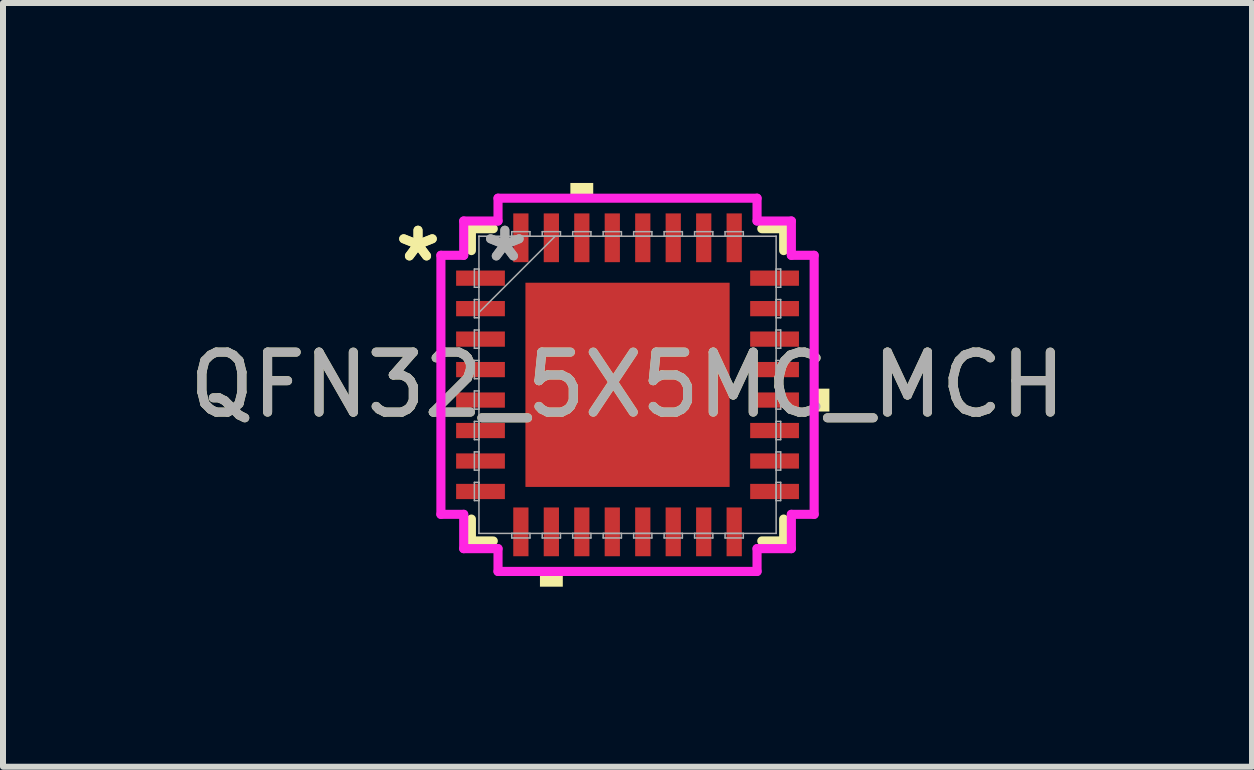
<source format=kicad_pcb>
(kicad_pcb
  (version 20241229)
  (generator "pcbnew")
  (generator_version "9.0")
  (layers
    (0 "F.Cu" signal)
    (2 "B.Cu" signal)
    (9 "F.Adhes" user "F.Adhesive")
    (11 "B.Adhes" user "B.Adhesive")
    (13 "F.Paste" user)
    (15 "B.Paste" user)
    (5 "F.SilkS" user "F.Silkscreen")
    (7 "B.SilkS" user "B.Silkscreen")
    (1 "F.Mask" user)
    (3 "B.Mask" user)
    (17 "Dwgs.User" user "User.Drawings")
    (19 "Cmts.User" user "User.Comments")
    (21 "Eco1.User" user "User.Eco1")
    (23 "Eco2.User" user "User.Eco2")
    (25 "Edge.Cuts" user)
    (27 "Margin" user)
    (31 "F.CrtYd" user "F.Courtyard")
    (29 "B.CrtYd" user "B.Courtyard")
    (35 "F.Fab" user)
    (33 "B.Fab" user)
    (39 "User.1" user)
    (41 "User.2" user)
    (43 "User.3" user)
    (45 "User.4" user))
  (footprint "QFN32_5X5MC_MCH"
    (layer "F.Cu")
    (at 7.411 3.365)
    (property "Reference" "QFN32_5X5MC_MCH" (at 0 0 0) (unlocked yes) (layer "F.SilkS") (effects (font (size 1 1) (thickness 0.15))))
    (attr smd)
    (fp_line (start -2.603 -2.603) (end -2.603 -2.238) (stroke (width 0.152) (type solid)) (layer "F.SilkS"))
    (fp_line (start -2.603 2.238) (end -2.603 2.603) (stroke (width 0.152) (type solid)) (layer "F.SilkS"))
    (fp_line (start -2.603 2.603) (end -2.238 2.603) (stroke (width 0.152) (type solid)) (layer "F.SilkS"))
    (fp_line (start -2.238 -2.603) (end -2.603 -2.603) (stroke (width 0.152) (type solid)) (layer "F.SilkS"))
    (fp_line (start 2.238 2.603) (end 2.603 2.603) (stroke (width 0.152) (type solid)) (layer "F.SilkS"))
    (fp_line (start 2.603 -2.603) (end 2.238 -2.603) (stroke (width 0.152) (type solid)) (layer "F.SilkS"))
    (fp_line (start 2.603 -2.238) (end 2.603 -2.603) (stroke (width 0.152) (type solid)) (layer "F.SilkS"))
    (fp_line (start 2.603 2.603) (end 2.603 2.238) (stroke (width 0.152) (type solid)) (layer "F.SilkS"))
    (fp_poly (pts (xy -1.46 3.111) (xy -1.46 3.365) (xy -1.079 3.365) (xy -1.079 3.111)) (stroke (width 0) (type solid)) (fill yes) (layer "F.SilkS"))
    (fp_poly (pts (xy -0.953 -3.111) (xy -0.953 -3.365) (xy -0.572 -3.365) (xy -0.572 -3.111)) (stroke (width 0) (type solid)) (fill yes) (layer "F.SilkS"))
    (fp_poly (pts (xy 3.365 0.064) (xy 3.365 0.445) (xy 3.111 0.445) (xy 3.111 0.064)) (stroke (width 0) (type solid)) (fill yes) (layer "F.SilkS"))
    (fp_poly (pts (xy -1.602 -1.602) (xy -1.602 -0.1) (xy -0.1 -0.1) (xy -0.1 -1.602)) (stroke (width 0) (type solid)) (fill yes) (layer "F.Paste"))
    (fp_poly (pts (xy -1.602 0.1) (xy -1.602 1.602) (xy -0.1 1.602) (xy -0.1 0.1)) (stroke (width 0) (type solid)) (fill yes) (layer "F.Paste"))
    (fp_poly (pts (xy 0.1 -1.602) (xy 0.1 -0.1) (xy 1.602 -0.1) (xy 1.602 -1.602)) (stroke (width 0) (type solid)) (fill yes) (layer "F.Paste"))
    (fp_poly (pts (xy 0.1 0.1) (xy 0.1 1.602) (xy 1.602 1.602) (xy 1.602 0.1)) (stroke (width 0) (type solid)) (fill yes) (layer "F.Paste"))
    (fp_line (start -3.111 -2.159) (end -2.731 -2.159) (stroke (width 0.152) (type solid)) (layer "F.CrtYd"))
    (fp_line (start -3.111 2.159) (end -3.111 -2.159) (stroke (width 0.152) (type solid)) (layer "F.CrtYd"))
    (fp_line (start -2.731 -2.731) (end -2.159 -2.731) (stroke (width 0.152) (type solid)) (layer "F.CrtYd"))
    (fp_line (start -2.731 -2.159) (end -2.731 -2.731) (stroke (width 0.152) (type solid)) (layer "F.CrtYd"))
    (fp_line (start -2.731 2.159) (end -3.111 2.159) (stroke (width 0.152) (type solid)) (layer "F.CrtYd"))
    (fp_line (start -2.731 2.731) (end -2.731 2.159) (stroke (width 0.152) (type solid)) (layer "F.CrtYd"))
    (fp_line (start -2.159 -3.111) (end 2.159 -3.111) (stroke (width 0.152) (type solid)) (layer "F.CrtYd"))
    (fp_line (start -2.159 -2.731) (end -2.159 -3.111) (stroke (width 0.152) (type solid)) (layer "F.CrtYd"))
    (fp_line (start -2.159 2.731) (end -2.731 2.731) (stroke (width 0.152) (type solid)) (layer "F.CrtYd"))
    (fp_line (start -2.159 3.111) (end -2.159 2.731) (stroke (width 0.152) (type solid)) (layer "F.CrtYd"))
    (fp_line (start 2.159 -3.111) (end 2.159 -2.731) (stroke (width 0.152) (type solid)) (layer "F.CrtYd"))
    (fp_line (start 2.159 -2.731) (end 2.731 -2.731) (stroke (width 0.152) (type solid)) (layer "F.CrtYd"))
    (fp_line (start 2.159 2.731) (end 2.159 3.111) (stroke (width 0.152) (type solid)) (layer "F.CrtYd"))
    (fp_line (start 2.159 3.111) (end -2.159 3.111) (stroke (width 0.152) (type solid)) (layer "F.CrtYd"))
    (fp_line (start 2.731 -2.731) (end 2.731 -2.159) (stroke (width 0.152) (type solid)) (layer "F.CrtYd"))
    (fp_line (start 2.731 -2.159) (end 3.111 -2.159) (stroke (width 0.152) (type solid)) (layer "F.CrtYd"))
    (fp_line (start 2.731 2.159) (end 2.731 2.731) (stroke (width 0.152) (type solid)) (layer "F.CrtYd"))
    (fp_line (start 2.731 2.731) (end 2.159 2.731) (stroke (width 0.152) (type solid)) (layer "F.CrtYd"))
    (fp_line (start 3.111 -2.159) (end 3.111 2.159) (stroke (width 0.152) (type solid)) (layer "F.CrtYd"))
    (fp_line (start 3.111 2.159) (end 2.731 2.159) (stroke (width 0.152) (type solid)) (layer "F.CrtYd"))
    (fp_line (start -2.553 -1.93) (end -2.553 -1.626) (stroke (width 0.025) (type solid)) (layer "F.Fab"))
    (fp_line (start -2.553 -1.626) (end -2.477 -1.626) (stroke (width 0.025) (type solid)) (layer "F.Fab"))
    (fp_line (start -2.553 -1.422) (end -2.553 -1.118) (stroke (width 0.025) (type solid)) (layer "F.Fab"))
    (fp_line (start -2.553 -1.118) (end -2.477 -1.118) (stroke (width 0.025) (type solid)) (layer "F.Fab"))
    (fp_line (start -2.553 -0.914) (end -2.553 -0.61) (stroke (width 0.025) (type solid)) (layer "F.Fab"))
    (fp_line (start -2.553 -0.61) (end -2.477 -0.61) (stroke (width 0.025) (type solid)) (layer "F.Fab"))
    (fp_line (start -2.553 -0.406) (end -2.553 -0.102) (stroke (width 0.025) (type solid)) (layer "F.Fab"))
    (fp_line (start -2.553 -0.102) (end -2.477 -0.102) (stroke (width 0.025) (type solid)) (layer "F.Fab"))
    (fp_line (start -2.553 0.102) (end -2.553 0.406) (stroke (width 0.025) (type solid)) (layer "F.Fab"))
    (fp_line (start -2.553 0.406) (end -2.477 0.406) (stroke (width 0.025) (type solid)) (layer "F.Fab"))
    (fp_line (start -2.553 0.61) (end -2.553 0.914) (stroke (width 0.025) (type solid)) (layer "F.Fab"))
    (fp_line (start -2.553 0.914) (end -2.477 0.914) (stroke (width 0.025) (type solid)) (layer "F.Fab"))
    (fp_line (start -2.553 1.118) (end -2.553 1.422) (stroke (width 0.025) (type solid)) (layer "F.Fab"))
    (fp_line (start -2.553 1.422) (end -2.477 1.422) (stroke (width 0.025) (type solid)) (layer "F.Fab"))
    (fp_line (start -2.553 1.626) (end -2.553 1.93) (stroke (width 0.025) (type solid)) (layer "F.Fab"))
    (fp_line (start -2.553 1.93) (end -2.477 1.93) (stroke (width 0.025) (type solid)) (layer "F.Fab"))
    (fp_line (start -2.477 -2.477) (end -2.477 -2.477) (stroke (width 0.025) (type solid)) (layer "F.Fab"))
    (fp_line (start -2.477 -2.477) (end -2.477 2.477) (stroke (width 0.025) (type solid)) (layer "F.Fab"))
    (fp_line (start -2.477 -1.93) (end -2.553 -1.93) (stroke (width 0.025) (type solid)) (layer "F.Fab"))
    (fp_line (start -2.477 -1.626) (end -2.477 -1.93) (stroke (width 0.025) (type solid)) (layer "F.Fab"))
    (fp_line (start -2.477 -1.422) (end -2.553 -1.422) (stroke (width 0.025) (type solid)) (layer "F.Fab"))
    (fp_line (start -2.477 -1.206) (end -1.206 -2.477) (stroke (width 0.025) (type solid)) (layer "F.Fab"))
    (fp_line (start -2.477 -1.118) (end -2.477 -1.422) (stroke (width 0.025) (type solid)) (layer "F.Fab"))
    (fp_line (start -2.477 -0.914) (end -2.553 -0.914) (stroke (width 0.025) (type solid)) (layer "F.Fab"))
    (fp_line (start -2.477 -0.61) (end -2.477 -0.914) (stroke (width 0.025) (type solid)) (layer "F.Fab"))
    (fp_line (start -2.477 -0.406) (end -2.553 -0.406) (stroke (width 0.025) (type solid)) (layer "F.Fab"))
    (fp_line (start -2.477 -0.102) (end -2.477 -0.406) (stroke (width 0.025) (type solid)) (layer "F.Fab"))
    (fp_line (start -2.477 0.102) (end -2.553 0.102) (stroke (width 0.025) (type solid)) (layer "F.Fab"))
    (fp_line (start -2.477 0.406) (end -2.477 0.102) (stroke (width 0.025) (type solid)) (layer "F.Fab"))
    (fp_line (start -2.477 0.61) (end -2.553 0.61) (stroke (width 0.025) (type solid)) (layer "F.Fab"))
    (fp_line (start -2.477 0.914) (end -2.477 0.61) (stroke (width 0.025) (type solid)) (layer "F.Fab"))
    (fp_line (start -2.477 1.118) (end -2.553 1.118) (stroke (width 0.025) (type solid)) (layer "F.Fab"))
    (fp_line (start -2.477 1.422) (end -2.477 1.118) (stroke (width 0.025) (type solid)) (layer "F.Fab"))
    (fp_line (start -2.477 1.626) (end -2.553 1.626) (stroke (width 0.025) (type solid)) (layer "F.Fab"))
    (fp_line (start -2.477 1.93) (end -2.477 1.626) (stroke (width 0.025) (type solid)) (layer "F.Fab"))
    (fp_line (start -2.477 2.477) (end -2.477 2.477) (stroke (width 0.025) (type solid)) (layer "F.Fab"))
    (fp_line (start -2.477 2.477) (end 2.477 2.477) (stroke (width 0.025) (type solid)) (layer "F.Fab"))
    (fp_line (start -1.93 -2.553) (end -1.93 -2.477) (stroke (width 0.025) (type solid)) (layer "F.Fab"))
    (fp_line (start -1.93 -2.477) (end -1.626 -2.477) (stroke (width 0.025) (type solid)) (layer "F.Fab"))
    (fp_line (start -1.93 2.477) (end -1.93 2.553) (stroke (width 0.025) (type solid)) (layer "F.Fab"))
    (fp_line (start -1.93 2.553) (end -1.626 2.553) (stroke (width 0.025) (type solid)) (layer "F.Fab"))
    (fp_line (start -1.626 -2.553) (end -1.93 -2.553) (stroke (width 0.025) (type solid)) (layer "F.Fab"))
    (fp_line (start -1.626 -2.477) (end -1.626 -2.553) (stroke (width 0.025) (type solid)) (layer "F.Fab"))
    (fp_line (start -1.626 2.477) (end -1.93 2.477) (stroke (width 0.025) (type solid)) (layer "F.Fab"))
    (fp_line (start -1.626 2.553) (end -1.626 2.477) (stroke (width 0.025) (type solid)) (layer "F.Fab"))
    (fp_line (start -1.422 -2.553) (end -1.422 -2.477) (stroke (width 0.025) (type solid)) (layer "F.Fab"))
    (fp_line (start -1.422 -2.477) (end -1.118 -2.477) (stroke (width 0.025) (type solid)) (layer "F.Fab"))
    (fp_line (start -1.422 2.477) (end -1.422 2.553) (stroke (width 0.025) (type solid)) (layer "F.Fab"))
    (fp_line (start -1.422 2.553) (end -1.118 2.553) (stroke (width 0.025) (type solid)) (layer "F.Fab"))
    (fp_line (start -1.118 -2.553) (end -1.422 -2.553) (stroke (width 0.025) (type solid)) (layer "F.Fab"))
    (fp_line (start -1.118 -2.477) (end -1.118 -2.553) (stroke (width 0.025) (type solid)) (layer "F.Fab"))
    (fp_line (start -1.118 2.477) (end -1.422 2.477) (stroke (width 0.025) (type solid)) (layer "F.Fab"))
    (fp_line (start -1.118 2.553) (end -1.118 2.477) (stroke (width 0.025) (type solid)) (layer "F.Fab"))
    (fp_line (start -0.914 -2.553) (end -0.914 -2.477) (stroke (width 0.025) (type solid)) (layer "F.Fab"))
    (fp_line (start -0.914 -2.477) (end -0.61 -2.477) (stroke (width 0.025) (type solid)) (layer "F.Fab"))
    (fp_line (start -0.914 2.477) (end -0.914 2.553) (stroke (width 0.025) (type solid)) (layer "F.Fab"))
    (fp_line (start -0.914 2.553) (end -0.61 2.553) (stroke (width 0.025) (type solid)) (layer "F.Fab"))
    (fp_line (start -0.61 -2.553) (end -0.914 -2.553) (stroke (width 0.025) (type solid)) (layer "F.Fab"))
    (fp_line (start -0.61 -2.477) (end -0.61 -2.553) (stroke (width 0.025) (type solid)) (layer "F.Fab"))
    (fp_line (start -0.61 2.477) (end -0.914 2.477) (stroke (width 0.025) (type solid)) (layer "F.Fab"))
    (fp_line (start -0.61 2.553) (end -0.61 2.477) (stroke (width 0.025) (type solid)) (layer "F.Fab"))
    (fp_line (start -0.406 -2.553) (end -0.406 -2.477) (stroke (width 0.025) (type solid)) (layer "F.Fab"))
    (fp_line (start -0.406 -2.477) (end -0.102 -2.477) (stroke (width 0.025) (type solid)) (layer "F.Fab"))
    (fp_line (start -0.406 2.477) (end -0.406 2.553) (stroke (width 0.025) (type solid)) (layer "F.Fab"))
    (fp_line (start -0.406 2.553) (end -0.102 2.553) (stroke (width 0.025) (type solid)) (layer "F.Fab"))
    (fp_line (start -0.102 -2.553) (end -0.406 -2.553) (stroke (width 0.025) (type solid)) (layer "F.Fab"))
    (fp_line (start -0.102 -2.477) (end -0.102 -2.553) (stroke (width 0.025) (type solid)) (layer "F.Fab"))
    (fp_line (start -0.102 2.477) (end -0.406 2.477) (stroke (width 0.025) (type solid)) (layer "F.Fab"))
    (fp_line (start -0.102 2.553) (end -0.102 2.477) (stroke (width 0.025) (type solid)) (layer "F.Fab"))
    (fp_line (start 0.102 -2.553) (end 0.102 -2.477) (stroke (width 0.025) (type solid)) (layer "F.Fab"))
    (fp_line (start 0.102 -2.477) (end 0.406 -2.477) (stroke (width 0.025) (type solid)) (layer "F.Fab"))
    (fp_line (start 0.102 2.477) (end 0.102 2.553) (stroke (width 0.025) (type solid)) (layer "F.Fab"))
    (fp_line (start 0.102 2.553) (end 0.406 2.553) (stroke (width 0.025) (type solid)) (layer "F.Fab"))
    (fp_line (start 0.406 -2.553) (end 0.102 -2.553) (stroke (width 0.025) (type solid)) (layer "F.Fab"))
    (fp_line (start 0.406 -2.477) (end 0.406 -2.553) (stroke (width 0.025) (type solid)) (layer "F.Fab"))
    (fp_line (start 0.406 2.477) (end 0.102 2.477) (stroke (width 0.025) (type solid)) (layer "F.Fab"))
    (fp_line (start 0.406 2.553) (end 0.406 2.477) (stroke (width 0.025) (type solid)) (layer "F.Fab"))
    (fp_line (start 0.61 -2.553) (end 0.61 -2.477) (stroke (width 0.025) (type solid)) (layer "F.Fab"))
    (fp_line (start 0.61 -2.477) (end 0.914 -2.477) (stroke (width 0.025) (type solid)) (layer "F.Fab"))
    (fp_line (start 0.61 2.477) (end 0.61 2.553) (stroke (width 0.025) (type solid)) (layer "F.Fab"))
    (fp_line (start 0.61 2.553) (end 0.914 2.553) (stroke (width 0.025) (type solid)) (layer "F.Fab"))
    (fp_line (start 0.914 -2.553) (end 0.61 -2.553) (stroke (width 0.025) (type solid)) (layer "F.Fab"))
    (fp_line (start 0.914 -2.477) (end 0.914 -2.553) (stroke (width 0.025) (type solid)) (layer "F.Fab"))
    (fp_line (start 0.914 2.477) (end 0.61 2.477) (stroke (width 0.025) (type solid)) (layer "F.Fab"))
    (fp_line (start 0.914 2.553) (end 0.914 2.477) (stroke (width 0.025) (type solid)) (layer "F.Fab"))
    (fp_line (start 1.118 -2.553) (end 1.118 -2.477) (stroke (width 0.025) (type solid)) (layer "F.Fab"))
    (fp_line (start 1.118 -2.477) (end 1.422 -2.477) (stroke (width 0.025) (type solid)) (layer "F.Fab"))
    (fp_line (start 1.118 2.477) (end 1.118 2.553) (stroke (width 0.025) (type solid)) (layer "F.Fab"))
    (fp_line (start 1.118 2.553) (end 1.422 2.553) (stroke (width 0.025) (type solid)) (layer "F.Fab"))
    (fp_line (start 1.422 -2.553) (end 1.118 -2.553) (stroke (width 0.025) (type solid)) (layer "F.Fab"))
    (fp_line (start 1.422 -2.477) (end 1.422 -2.553) (stroke (width 0.025) (type solid)) (layer "F.Fab"))
    (fp_line (start 1.422 2.477) (end 1.118 2.477) (stroke (width 0.025) (type solid)) (layer "F.Fab"))
    (fp_line (start 1.422 2.553) (end 1.422 2.477) (stroke (width 0.025) (type solid)) (layer "F.Fab"))
    (fp_line (start 1.626 -2.553) (end 1.626 -2.477) (stroke (width 0.025) (type solid)) (layer "F.Fab"))
    (fp_line (start 1.626 -2.477) (end 1.93 -2.477) (stroke (width 0.025) (type solid)) (layer "F.Fab"))
    (fp_line (start 1.626 2.477) (end 1.626 2.553) (stroke (width 0.025) (type solid)) (layer "F.Fab"))
    (fp_line (start 1.626 2.553) (end 1.93 2.553) (stroke (width 0.025) (type solid)) (layer "F.Fab"))
    (fp_line (start 1.93 -2.553) (end 1.626 -2.553) (stroke (width 0.025) (type solid)) (layer "F.Fab"))
    (fp_line (start 1.93 -2.477) (end 1.93 -2.553) (stroke (width 0.025) (type solid)) (layer "F.Fab"))
    (fp_line (start 1.93 2.477) (end 1.626 2.477) (stroke (width 0.025) (type solid)) (layer "F.Fab"))
    (fp_line (start 1.93 2.553) (end 1.93 2.477) (stroke (width 0.025) (type solid)) (layer "F.Fab"))
    (fp_line (start 2.477 -2.477) (end -2.477 -2.477) (stroke (width 0.025) (type solid)) (layer "F.Fab"))
    (fp_line (start 2.477 -2.477) (end 2.477 -2.477) (stroke (width 0.025) (type solid)) (layer "F.Fab"))
    (fp_line (start 2.477 -1.93) (end 2.477 -1.626) (stroke (width 0.025) (type solid)) (layer "F.Fab"))
    (fp_line (start 2.477 -1.626) (end 2.553 -1.626) (stroke (width 0.025) (type solid)) (layer "F.Fab"))
    (fp_line (start 2.477 -1.422) (end 2.477 -1.118) (stroke (width 0.025) (type solid)) (layer "F.Fab"))
    (fp_line (start 2.477 -1.118) (end 2.553 -1.118) (stroke (width 0.025) (type solid)) (layer "F.Fab"))
    (fp_line (start 2.477 -0.914) (end 2.477 -0.61) (stroke (width 0.025) (type solid)) (layer "F.Fab"))
    (fp_line (start 2.477 -0.61) (end 2.553 -0.61) (stroke (width 0.025) (type solid)) (layer "F.Fab"))
    (fp_line (start 2.477 -0.406) (end 2.477 -0.102) (stroke (width 0.025) (type solid)) (layer "F.Fab"))
    (fp_line (start 2.477 -0.102) (end 2.553 -0.102) (stroke (width 0.025) (type solid)) (layer "F.Fab"))
    (fp_line (start 2.477 0.102) (end 2.477 0.406) (stroke (width 0.025) (type solid)) (layer "F.Fab"))
    (fp_line (start 2.477 0.406) (end 2.553 0.406) (stroke (width 0.025) (type solid)) (layer "F.Fab"))
    (fp_line (start 2.477 0.61) (end 2.477 0.914) (stroke (width 0.025) (type solid)) (layer "F.Fab"))
    (fp_line (start 2.477 0.914) (end 2.553 0.914) (stroke (width 0.025) (type solid)) (layer "F.Fab"))
    (fp_line (start 2.477 1.118) (end 2.477 1.422) (stroke (width 0.025) (type solid)) (layer "F.Fab"))
    (fp_line (start 2.477 1.422) (end 2.553 1.422) (stroke (width 0.025) (type solid)) (layer "F.Fab"))
    (fp_line (start 2.477 1.626) (end 2.477 1.93) (stroke (width 0.025) (type solid)) (layer "F.Fab"))
    (fp_line (start 2.477 1.93) (end 2.553 1.93) (stroke (width 0.025) (type solid)) (layer "F.Fab"))
    (fp_line (start 2.477 2.477) (end 2.477 -2.477) (stroke (width 0.025) (type solid)) (layer "F.Fab"))
    (fp_line (start 2.477 2.477) (end 2.477 2.477) (stroke (width 0.025) (type solid)) (layer "F.Fab"))
    (fp_line (start 2.553 -1.93) (end 2.477 -1.93) (stroke (width 0.025) (type solid)) (layer "F.Fab"))
    (fp_line (start 2.553 -1.626) (end 2.553 -1.93) (stroke (width 0.025) (type solid)) (layer "F.Fab"))
    (fp_line (start 2.553 -1.422) (end 2.477 -1.422) (stroke (width 0.025) (type solid)) (layer "F.Fab"))
    (fp_line (start 2.553 -1.118) (end 2.553 -1.422) (stroke (width 0.025) (type solid)) (layer "F.Fab"))
    (fp_line (start 2.553 -0.914) (end 2.477 -0.914) (stroke (width 0.025) (type solid)) (layer "F.Fab"))
    (fp_line (start 2.553 -0.61) (end 2.553 -0.914) (stroke (width 0.025) (type solid)) (layer "F.Fab"))
    (fp_line (start 2.553 -0.406) (end 2.477 -0.406) (stroke (width 0.025) (type solid)) (layer "F.Fab"))
    (fp_line (start 2.553 -0.102) (end 2.553 -0.406) (stroke (width 0.025) (type solid)) (layer "F.Fab"))
    (fp_line (start 2.553 0.102) (end 2.477 0.102) (stroke (width 0.025) (type solid)) (layer "F.Fab"))
    (fp_line (start 2.553 0.406) (end 2.553 0.102) (stroke (width 0.025) (type solid)) (layer "F.Fab"))
    (fp_line (start 2.553 0.61) (end 2.477 0.61) (stroke (width 0.025) (type solid)) (layer "F.Fab"))
    (fp_line (start 2.553 0.914) (end 2.553 0.61) (stroke (width 0.025) (type solid)) (layer "F.Fab"))
    (fp_line (start 2.553 1.118) (end 2.477 1.118) (stroke (width 0.025) (type solid)) (layer "F.Fab"))
    (fp_line (start 2.553 1.422) (end 2.553 1.118) (stroke (width 0.025) (type solid)) (layer "F.Fab"))
    (fp_line (start 2.553 1.626) (end 2.477 1.626) (stroke (width 0.025) (type solid)) (layer "F.Fab"))
    (fp_line (start 2.553 1.93) (end 2.553 1.626) (stroke (width 0.025) (type solid)) (layer "F.Fab"))
    (fp_text user "*" (at -3.493 -2.032 0) (layer "F.SilkS") (effects (font (size 1 1) (thickness 0.15))))
    (fp_text user "*" (at -3.493 -2.032 0) (unlocked yes) (layer "F.SilkS") (effects (font (size 1 1) (thickness 0.15))))
    (fp_text user "${REFERENCE}" (at 0 0 0) (unlocked yes) (layer "F.Fab") (effects (font (size 1 1) (thickness 0.15))))
    (fp_text user "*" (at -2.045 -2.032 0) (unlocked yes) (layer "F.Fab") (effects (font (size 1 1) (thickness 0.15))))
    (fp_text user "*" (at -2.045 -2.032 0) (layer "F.Fab") (effects (font (size 1 1) (thickness 0.15))))
    (pad "1" smd rect (at -2.451 -1.778 90) (size 0.254 0.813) (layers "F.Cu" "F.Mask" "F.Paste"))
    (pad "2" smd rect (at -2.451 -1.27 90) (size 0.254 0.813) (layers "F.Cu" "F.Mask" "F.Paste"))
    (pad "3" smd rect (at -2.451 -0.762 90) (size 0.254 0.813) (layers "F.Cu" "F.Mask" "F.Paste"))
    (pad "4" smd rect (at -2.451 -0.254 90) (size 0.254 0.813) (layers "F.Cu" "F.Mask" "F.Paste"))
    (pad "5" smd rect (at -2.451 0.254 90) (size 0.254 0.813) (layers "F.Cu" "F.Mask" "F.Paste"))
    (pad "6" smd rect (at -2.451 0.762 90) (size 0.254 0.813) (layers "F.Cu" "F.Mask" "F.Paste"))
    (pad "7" smd rect (at -2.451 1.27 90) (size 0.254 0.813) (layers "F.Cu" "F.Mask" "F.Paste"))
    (pad "8" smd rect (at -2.451 1.778 90) (size 0.254 0.813) (layers "F.Cu" "F.Mask" "F.Paste"))
    (pad "9" smd rect (at -1.778 2.451) (size 0.254 0.813) (layers "F.Cu" "F.Mask" "F.Paste"))
    (pad "10" smd rect (at -1.27 2.451) (size 0.254 0.813) (layers "F.Cu" "F.Mask" "F.Paste"))
    (pad "11" smd rect (at -0.762 2.451) (size 0.254 0.813) (layers "F.Cu" "F.Mask" "F.Paste"))
    (pad "12" smd rect (at -0.254 2.451) (size 0.254 0.813) (layers "F.Cu" "F.Mask" "F.Paste"))
    (pad "13" smd rect (at 0.254 2.451) (size 0.254 0.813) (layers "F.Cu" "F.Mask" "F.Paste"))
    (pad "14" smd rect (at 0.762 2.451) (size 0.254 0.813) (layers "F.Cu" "F.Mask" "F.Paste"))
    (pad "15" smd rect (at 1.27 2.451) (size 0.254 0.813) (layers "F.Cu" "F.Mask" "F.Paste"))
    (pad "16" smd rect (at 1.778 2.451) (size 0.254 0.813) (layers "F.Cu" "F.Mask" "F.Paste"))
    (pad "17" smd rect (at 2.451 1.778 90) (size 0.254 0.813) (layers "F.Cu" "F.Mask" "F.Paste"))
    (pad "18" smd rect (at 2.451 1.27 90) (size 0.254 0.813) (layers "F.Cu" "F.Mask" "F.Paste"))
    (pad "19" smd rect (at 2.451 0.762 90) (size 0.254 0.813) (layers "F.Cu" "F.Mask" "F.Paste"))
    (pad "20" smd rect (at 2.451 0.254 90) (size 0.254 0.813) (layers "F.Cu" "F.Mask" "F.Paste"))
    (pad "21" smd rect (at 2.451 -0.254 90) (size 0.254 0.813) (layers "F.Cu" "F.Mask" "F.Paste"))
    (pad "22" smd rect (at 2.451 -0.762 90) (size 0.254 0.813) (layers "F.Cu" "F.Mask" "F.Paste"))
    (pad "23" smd rect (at 2.451 -1.27 90) (size 0.254 0.813) (layers "F.Cu" "F.Mask" "F.Paste"))
    (pad "24" smd rect (at 2.451 -1.778 90) (size 0.254 0.813) (layers "F.Cu" "F.Mask" "F.Paste"))
    (pad "25" smd rect (at 1.778 -2.451) (size 0.254 0.813) (layers "F.Cu" "F.Mask" "F.Paste"))
    (pad "26" smd rect (at 1.27 -2.451) (size 0.254 0.813) (layers "F.Cu" "F.Mask" "F.Paste"))
    (pad "27" smd rect (at 0.762 -2.451) (size 0.254 0.813) (layers "F.Cu" "F.Mask" "F.Paste"))
    (pad "28" smd rect (at 0.254 -2.451) (size 0.254 0.813) (layers "F.Cu" "F.Mask" "F.Paste"))
    (pad "29" smd rect (at -0.254 -2.451) (size 0.254 0.813) (layers "F.Cu" "F.Mask" "F.Paste"))
    (pad "30" smd rect (at -0.762 -2.451) (size 0.254 0.813) (layers "F.Cu" "F.Mask" "F.Paste"))
    (pad "31" smd rect (at -1.27 -2.451) (size 0.254 0.813) (layers "F.Cu" "F.Mask" "F.Paste"))
    (pad "32" smd rect (at -1.778 -2.451) (size 0.254 0.813) (layers "F.Cu" "F.Mask" "F.Paste"))
    (pad "33" smd rect (at 0 0) (size 3.404 3.404) (layers "F.Cu" "F.Mask")))
  (gr_rect
    (start -3 -3)
    (end 17.821 9.731)
    (stroke (width 0.1) (type default))
    (fill no)
    (layer "Edge.Cuts")))
</source>
